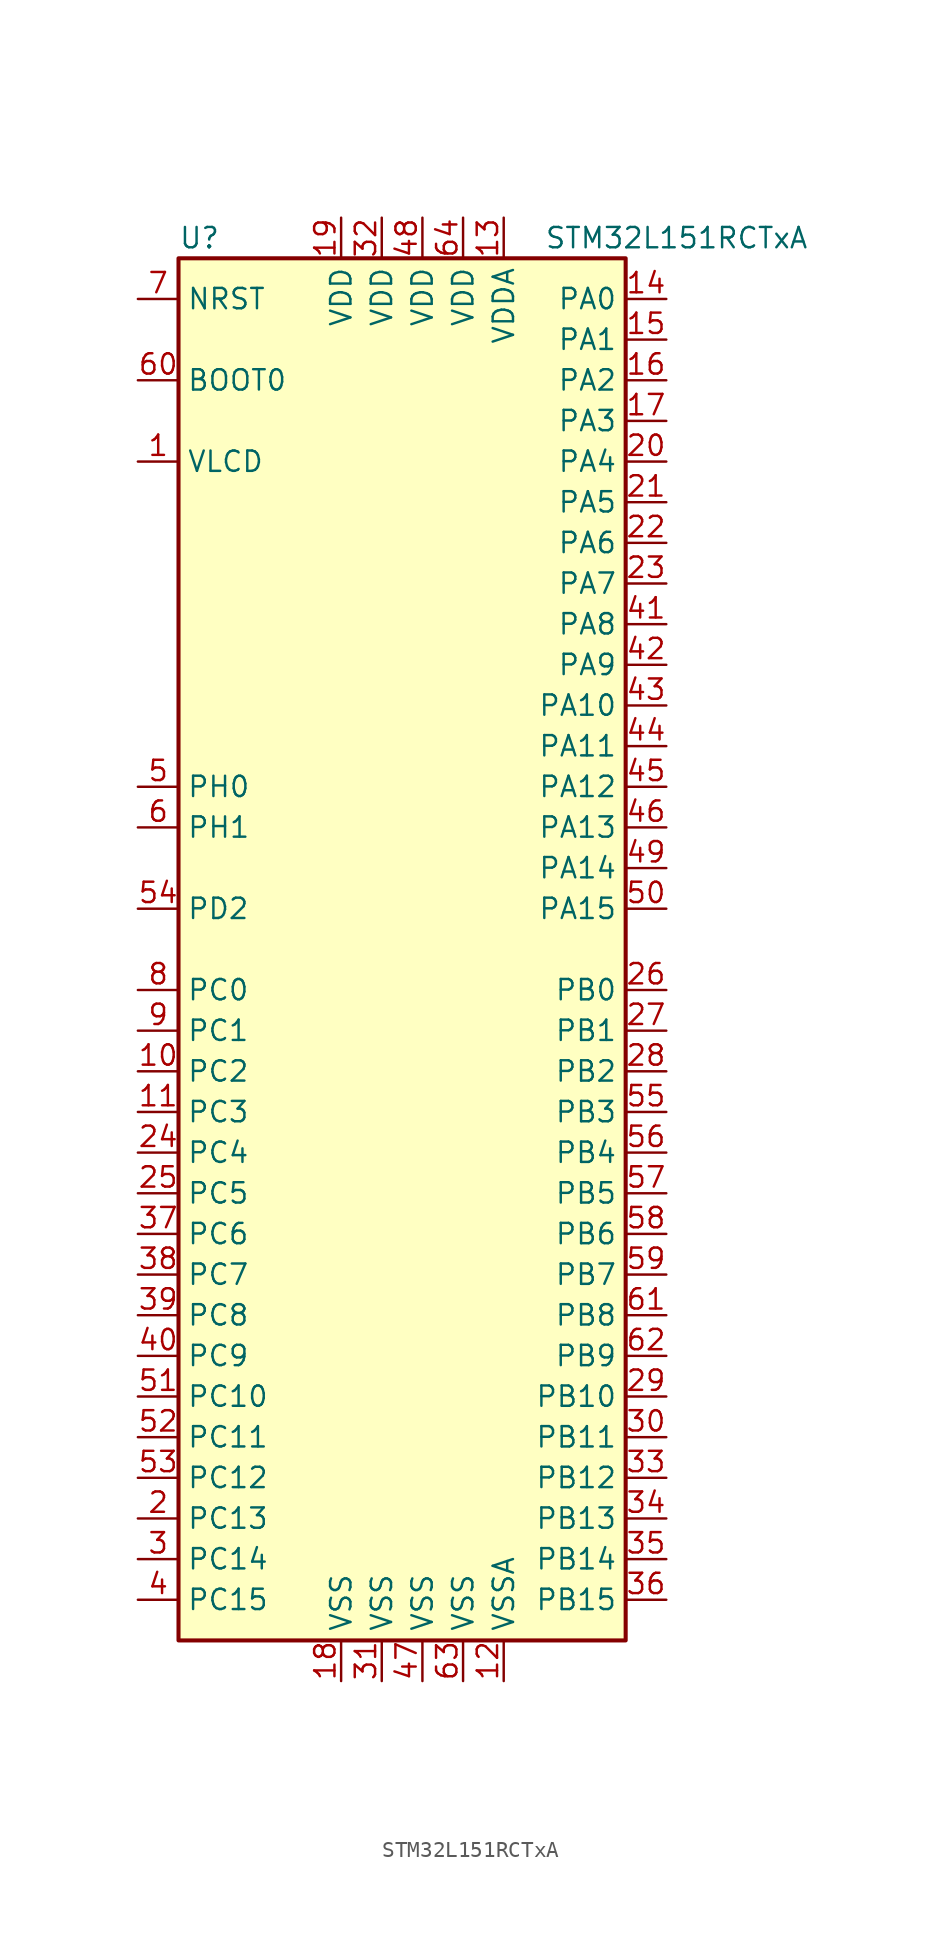
<source format=kicad_sym>
(kicad_symbol_lib
  (version 20211014)
  (generator kicad_symbol_editor)
  (symbol "STM32L151RCTxA"
    (property "Reference" "U"
      (at -15.24 44.45 0)
      (effects (font (size 1.27 1.27)) (justify left)))
    (property "Value" "STM32L151RCTxA"
      (at 7.62 44.45 0)
      (effects (font (size 1.27 1.27)) (justify left)))
    (symbol "STM32L151RCTxA_0_1"
      (rectangle (start -15.24 -43.18) (end 12.7 43.18) (stroke (width 0.254) (type default) (color 0 0 0 0)) (fill (type background))))
    (symbol "STM32L151RCTxA_1_1"
      (pin power_in line (at -17.78 30.48 0) (length 2.54) (name "VLCD" (effects (font (size 1.27 1.27)))) (number "1" (effects (font (size 1.27 1.27)))))
      (pin bidirectional line (at -17.78 -7.62 0) (length 2.54) (name "PC2" (effects (font (size 1.27 1.27)))) (number "10" (effects (font (size 1.27 1.27)))))
      (pin bidirectional line (at -17.78 -10.16 0) (length 2.54) (name "PC3" (effects (font (size 1.27 1.27)))) (number "11" (effects (font (size 1.27 1.27)))))
      (pin power_in line (at 5.08 -45.72 90) (length 2.54) (name "VSSA" (effects (font (size 1.27 1.27)))) (number "12" (effects (font (size 1.27 1.27)))))
      (pin power_in line (at 5.08 45.72 270) (length 2.54) (name "VDDA" (effects (font (size 1.27 1.27)))) (number "13" (effects (font (size 1.27 1.27)))))
      (pin bidirectional line (at 15.24 40.64 180) (length 2.54) (name "PA0" (effects (font (size 1.27 1.27)))) (number "14" (effects (font (size 1.27 1.27)))))
      (pin bidirectional line (at 15.24 38.1 180) (length 2.54) (name "PA1" (effects (font (size 1.27 1.27)))) (number "15" (effects (font (size 1.27 1.27)))))
      (pin bidirectional line (at 15.24 35.56 180) (length 2.54) (name "PA2" (effects (font (size 1.27 1.27)))) (number "16" (effects (font (size 1.27 1.27)))))
      (pin bidirectional line (at 15.24 33.02 180) (length 2.54) (name "PA3" (effects (font (size 1.27 1.27)))) (number "17" (effects (font (size 1.27 1.27)))))
      (pin power_in line (at -5.08 -45.72 90) (length 2.54) (name "VSS" (effects (font (size 1.27 1.27)))) (number "18" (effects (font (size 1.27 1.27)))))
      (pin power_in line (at -5.08 45.72 270) (length 2.54) (name "VDD" (effects (font (size 1.27 1.27)))) (number "19" (effects (font (size 1.27 1.27)))))
      (pin bidirectional line (at -17.78 -35.56 0) (length 2.54) (name "PC13" (effects (font (size 1.27 1.27)))) (number "2" (effects (font (size 1.27 1.27)))))
      (pin bidirectional line (at 15.24 30.48 180) (length 2.54) (name "PA4" (effects (font (size 1.27 1.27)))) (number "20" (effects (font (size 1.27 1.27)))))
      (pin bidirectional line (at 15.24 27.94 180) (length 2.54) (name "PA5" (effects (font (size 1.27 1.27)))) (number "21" (effects (font (size 1.27 1.27)))))
      (pin bidirectional line (at 15.24 25.4 180) (length 2.54) (name "PA6" (effects (font (size 1.27 1.27)))) (number "22" (effects (font (size 1.27 1.27)))))
      (pin bidirectional line (at 15.24 22.86 180) (length 2.54) (name "PA7" (effects (font (size 1.27 1.27)))) (number "23" (effects (font (size 1.27 1.27)))))
      (pin bidirectional line (at -17.78 -12.7 0) (length 2.54) (name "PC4" (effects (font (size 1.27 1.27)))) (number "24" (effects (font (size 1.27 1.27)))))
      (pin bidirectional line (at -17.78 -15.24 0) (length 2.54) (name "PC5" (effects (font (size 1.27 1.27)))) (number "25" (effects (font (size 1.27 1.27)))))
      (pin bidirectional line (at 15.24 -2.54 180) (length 2.54) (name "PB0" (effects (font (size 1.27 1.27)))) (number "26" (effects (font (size 1.27 1.27)))))
      (pin bidirectional line (at 15.24 -5.08 180) (length 2.54) (name "PB1" (effects (font (size 1.27 1.27)))) (number "27" (effects (font (size 1.27 1.27)))))
      (pin bidirectional line (at 15.24 -7.62 180) (length 2.54) (name "PB2" (effects (font (size 1.27 1.27)))) (number "28" (effects (font (size 1.27 1.27)))))
      (pin bidirectional line (at 15.24 -27.94 180) (length 2.54) (name "PB10" (effects (font (size 1.27 1.27)))) (number "29" (effects (font (size 1.27 1.27)))))
      (pin bidirectional line (at -17.78 -38.1 0) (length 2.54) (name "PC14" (effects (font (size 1.27 1.27)))) (number "3" (effects (font (size 1.27 1.27)))))
      (pin bidirectional line (at 15.24 -30.48 180) (length 2.54) (name "PB11" (effects (font (size 1.27 1.27)))) (number "30" (effects (font (size 1.27 1.27)))))
      (pin power_in line (at -2.54 -45.72 90) (length 2.54) (name "VSS" (effects (font (size 1.27 1.27)))) (number "31" (effects (font (size 1.27 1.27)))))
      (pin power_in line (at -2.54 45.72 270) (length 2.54) (name "VDD" (effects (font (size 1.27 1.27)))) (number "32" (effects (font (size 1.27 1.27)))))
      (pin bidirectional line (at 15.24 -33.02 180) (length 2.54) (name "PB12" (effects (font (size 1.27 1.27)))) (number "33" (effects (font (size 1.27 1.27)))))
      (pin bidirectional line (at 15.24 -35.56 180) (length 2.54) (name "PB13" (effects (font (size 1.27 1.27)))) (number "34" (effects (font (size 1.27 1.27)))))
      (pin bidirectional line (at 15.24 -38.1 180) (length 2.54) (name "PB14" (effects (font (size 1.27 1.27)))) (number "35" (effects (font (size 1.27 1.27)))))
      (pin bidirectional line (at 15.24 -40.64 180) (length 2.54) (name "PB15" (effects (font (size 1.27 1.27)))) (number "36" (effects (font (size 1.27 1.27)))))
      (pin bidirectional line (at -17.78 -17.78 0) (length 2.54) (name "PC6" (effects (font (size 1.27 1.27)))) (number "37" (effects (font (size 1.27 1.27)))))
      (pin bidirectional line (at -17.78 -20.32 0) (length 2.54) (name "PC7" (effects (font (size 1.27 1.27)))) (number "38" (effects (font (size 1.27 1.27)))))
      (pin bidirectional line (at -17.78 -22.86 0) (length 2.54) (name "PC8" (effects (font (size 1.27 1.27)))) (number "39" (effects (font (size 1.27 1.27)))))
      (pin bidirectional line (at -17.78 -40.64 0) (length 2.54) (name "PC15" (effects (font (size 1.27 1.27)))) (number "4" (effects (font (size 1.27 1.27)))))
      (pin bidirectional line (at -17.78 -25.4 0) (length 2.54) (name "PC9" (effects (font (size 1.27 1.27)))) (number "40" (effects (font (size 1.27 1.27)))))
      (pin bidirectional line (at 15.24 20.32 180) (length 2.54) (name "PA8" (effects (font (size 1.27 1.27)))) (number "41" (effects (font (size 1.27 1.27)))))
      (pin bidirectional line (at 15.24 17.78 180) (length 2.54) (name "PA9" (effects (font (size 1.27 1.27)))) (number "42" (effects (font (size 1.27 1.27)))))
      (pin bidirectional line (at 15.24 15.24 180) (length 2.54) (name "PA10" (effects (font (size 1.27 1.27)))) (number "43" (effects (font (size 1.27 1.27)))))
      (pin bidirectional line (at 15.24 12.7 180) (length 2.54) (name "PA11" (effects (font (size 1.27 1.27)))) (number "44" (effects (font (size 1.27 1.27)))))
      (pin bidirectional line (at 15.24 10.16 180) (length 2.54) (name "PA12" (effects (font (size 1.27 1.27)))) (number "45" (effects (font (size 1.27 1.27)))))
      (pin bidirectional line (at 15.24 7.62 180) (length 2.54) (name "PA13" (effects (font (size 1.27 1.27)))) (number "46" (effects (font (size 1.27 1.27)))))
      (pin power_in line (at 0 -45.72 90) (length 2.54) (name "VSS" (effects (font (size 1.27 1.27)))) (number "47" (effects (font (size 1.27 1.27)))))
      (pin power_in line (at 0 45.72 270) (length 2.54) (name "VDD" (effects (font (size 1.27 1.27)))) (number "48" (effects (font (size 1.27 1.27)))))
      (pin bidirectional line (at 15.24 5.08 180) (length 2.54) (name "PA14" (effects (font (size 1.27 1.27)))) (number "49" (effects (font (size 1.27 1.27)))))
      (pin input line (at -17.78 10.16 0) (length 2.54) (name "PH0" (effects (font (size 1.27 1.27)))) (number "5" (effects (font (size 1.27 1.27)))))
      (pin bidirectional line (at 15.24 2.54 180) (length 2.54) (name "PA15" (effects (font (size 1.27 1.27)))) (number "50" (effects (font (size 1.27 1.27)))))
      (pin bidirectional line (at -17.78 -27.94 0) (length 2.54) (name "PC10" (effects (font (size 1.27 1.27)))) (number "51" (effects (font (size 1.27 1.27)))))
      (pin bidirectional line (at -17.78 -30.48 0) (length 2.54) (name "PC11" (effects (font (size 1.27 1.27)))) (number "52" (effects (font (size 1.27 1.27)))))
      (pin bidirectional line (at -17.78 -33.02 0) (length 2.54) (name "PC12" (effects (font (size 1.27 1.27)))) (number "53" (effects (font (size 1.27 1.27)))))
      (pin bidirectional line (at -17.78 2.54 0) (length 2.54) (name "PD2" (effects (font (size 1.27 1.27)))) (number "54" (effects (font (size 1.27 1.27)))))
      (pin bidirectional line (at 15.24 -10.16 180) (length 2.54) (name "PB3" (effects (font (size 1.27 1.27)))) (number "55" (effects (font (size 1.27 1.27)))))
      (pin bidirectional line (at 15.24 -12.7 180) (length 2.54) (name "PB4" (effects (font (size 1.27 1.27)))) (number "56" (effects (font (size 1.27 1.27)))))
      (pin bidirectional line (at 15.24 -15.24 180) (length 2.54) (name "PB5" (effects (font (size 1.27 1.27)))) (number "57" (effects (font (size 1.27 1.27)))))
      (pin bidirectional line (at 15.24 -17.78 180) (length 2.54) (name "PB6" (effects (font (size 1.27 1.27)))) (number "58" (effects (font (size 1.27 1.27)))))
      (pin bidirectional line (at 15.24 -20.32 180) (length 2.54) (name "PB7" (effects (font (size 1.27 1.27)))) (number "59" (effects (font (size 1.27 1.27)))))
      (pin input line (at -17.78 7.62 0) (length 2.54) (name "PH1" (effects (font (size 1.27 1.27)))) (number "6" (effects (font (size 1.27 1.27)))))
      (pin input line (at -17.78 35.56 0) (length 2.54) (name "BOOT0" (effects (font (size 1.27 1.27)))) (number "60" (effects (font (size 1.27 1.27)))))
      (pin bidirectional line (at 15.24 -22.86 180) (length 2.54) (name "PB8" (effects (font (size 1.27 1.27)))) (number "61" (effects (font (size 1.27 1.27)))))
      (pin bidirectional line (at 15.24 -25.4 180) (length 2.54) (name "PB9" (effects (font (size 1.27 1.27)))) (number "62" (effects (font (size 1.27 1.27)))))
      (pin power_in line (at 2.54 -45.72 90) (length 2.54) (name "VSS" (effects (font (size 1.27 1.27)))) (number "63" (effects (font (size 1.27 1.27)))))
      (pin power_in line (at 2.54 45.72 270) (length 2.54) (name "VDD" (effects (font (size 1.27 1.27)))) (number "64" (effects (font (size 1.27 1.27)))))
      (pin input line (at -17.78 40.64 0) (length 2.54) (name "NRST" (effects (font (size 1.27 1.27)))) (number "7" (effects (font (size 1.27 1.27)))))
      (pin bidirectional line (at -17.78 -2.54 0) (length 2.54) (name "PC0" (effects (font (size 1.27 1.27)))) (number "8" (effects (font (size 1.27 1.27)))))
      (pin bidirectional line (at -17.78 -5.08 0) (length 2.54) (name "PC1" (effects (font (size 1.27 1.27)))) (number "9" (effects (font (size 1.27 1.27))))))))
</source>
